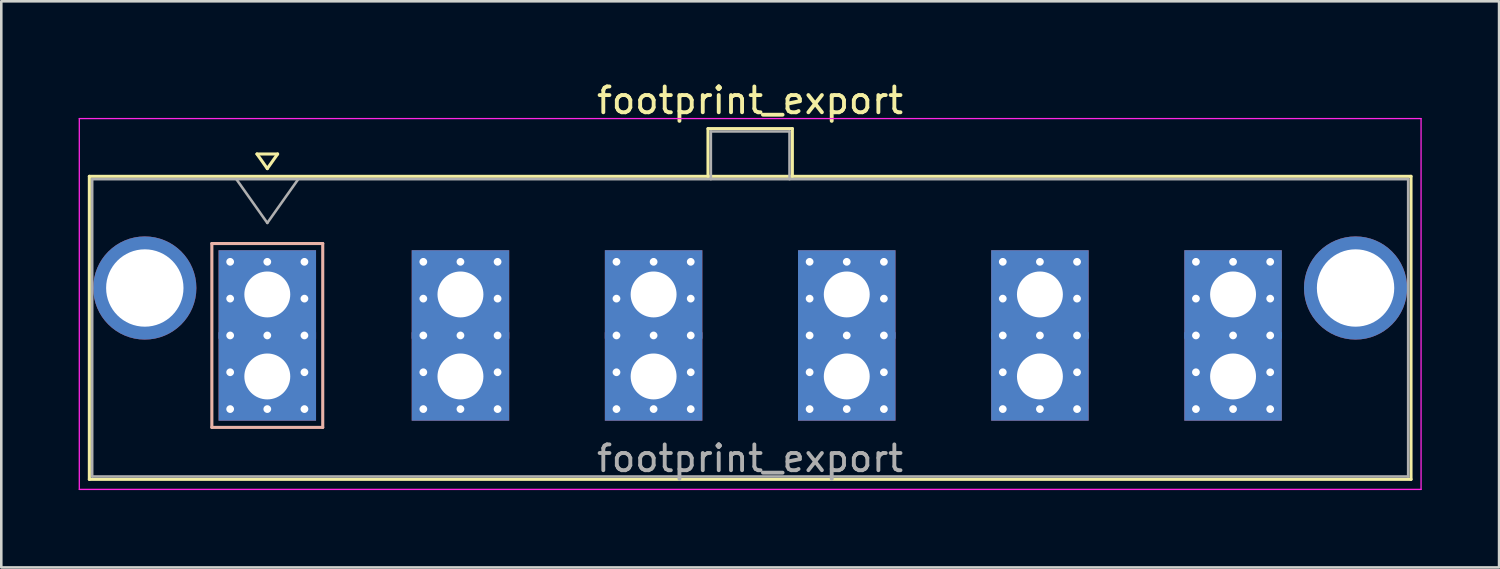
<source format=kicad_pcb>
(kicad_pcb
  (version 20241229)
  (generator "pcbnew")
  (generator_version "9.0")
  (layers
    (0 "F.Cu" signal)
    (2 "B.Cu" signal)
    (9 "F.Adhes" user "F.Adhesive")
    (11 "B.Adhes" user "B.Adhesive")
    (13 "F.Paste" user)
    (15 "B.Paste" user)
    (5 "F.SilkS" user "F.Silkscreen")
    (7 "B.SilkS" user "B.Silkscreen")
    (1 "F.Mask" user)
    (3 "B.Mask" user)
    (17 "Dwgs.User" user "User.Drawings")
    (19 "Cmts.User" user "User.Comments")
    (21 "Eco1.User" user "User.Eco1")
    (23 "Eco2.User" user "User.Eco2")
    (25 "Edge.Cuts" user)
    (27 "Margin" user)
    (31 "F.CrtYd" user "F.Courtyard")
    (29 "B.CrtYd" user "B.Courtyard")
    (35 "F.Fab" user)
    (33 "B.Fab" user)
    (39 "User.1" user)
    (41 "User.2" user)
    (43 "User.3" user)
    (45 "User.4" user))
  (footprint "footprint_export"
    (layer "F.Cu")
    (at 7.315 11.548)
    (property "Reference" "footprint_export" (at 18.72 -10.7 0) (layer "F.SilkS") (effects (font (size 1 1) (thickness 0.15))))
    (attr through_hole)
    (fp_line (start -6.9 -7.76) (end -6.9 3.99) (stroke (width 0.12) (type solid)) (layer "F.SilkS"))
    (fp_line (start -6.9 3.99) (end 44.35 3.99) (stroke (width 0.12) (type solid)) (layer "F.SilkS"))
    (fp_line (start -0.4 -8.626) (end 0 -8.06) (stroke (width 0.12) (type solid)) (layer "F.SilkS"))
    (fp_line (start 0 -8.06) (end 0.4 -8.626) (stroke (width 0.12) (type solid)) (layer "F.SilkS"))
    (fp_line (start 0.4 -8.626) (end -0.4 -8.626) (stroke (width 0.12) (type solid)) (layer "F.SilkS"))
    (fp_line (start 17.09 -9.61) (end 20.36 -9.61) (stroke (width 0.12) (type solid)) (layer "F.SilkS"))
    (fp_line (start 17.09 -7.76) (end 17.09 -9.61) (stroke (width 0.12) (type solid)) (layer "F.SilkS"))
    (fp_line (start 20.36 -9.61) (end 20.36 -7.76) (stroke (width 0.12) (type solid)) (layer "F.SilkS"))
    (fp_line (start 44.35 -7.76) (end -6.9 -7.76) (stroke (width 0.12) (type solid)) (layer "F.SilkS"))
    (fp_line (start 44.35 3.99) (end 44.35 -7.76) (stroke (width 0.12) (type solid)) (layer "F.SilkS"))
    (fp_line (start -2.15 -5.155) (end -2.15 1.975) (stroke (width 0.12) (type solid)) (layer "B.SilkS"))
    (fp_line (start -2.15 1.975) (end 2.15 1.975) (stroke (width 0.12) (type solid)) (layer "B.SilkS"))
    (fp_line (start 2.15 -5.155) (end -2.15 -5.155) (stroke (width 0.12) (type solid)) (layer "B.SilkS"))
    (fp_line (start 2.15 1.975) (end 2.15 -5.155) (stroke (width 0.12) (type solid)) (layer "B.SilkS"))
    (fp_line (start -7.29 -10) (end -7.29 4.38) (stroke (width 0.05) (type solid)) (layer "F.CrtYd"))
    (fp_line (start -7.29 4.38) (end 44.74 4.38) (stroke (width 0.05) (type solid)) (layer "F.CrtYd"))
    (fp_line (start 44.74 -10) (end -7.29 -10) (stroke (width 0.05) (type solid)) (layer "F.CrtYd"))
    (fp_line (start 44.74 4.38) (end 44.74 -10) (stroke (width 0.05) (type solid)) (layer "F.CrtYd"))
    (fp_line (start -6.79 -7.65) (end -6.79 3.88) (stroke (width 0.1) (type solid)) (layer "F.Fab"))
    (fp_line (start -6.79 3.88) (end 44.24 3.88) (stroke (width 0.1) (type solid)) (layer "F.Fab"))
    (fp_line (start -1.2 -7.65) (end 0 -5.953) (stroke (width 0.1) (type solid)) (layer "F.Fab"))
    (fp_line (start 0 -5.953) (end 1.2 -7.65) (stroke (width 0.1) (type solid)) (layer "F.Fab"))
    (fp_line (start 17.2 -9.5) (end 20.25 -9.5) (stroke (width 0.1) (type solid)) (layer "F.Fab"))
    (fp_line (start 17.2 -7.65) (end 17.2 -9.5) (stroke (width 0.1) (type solid)) (layer "F.Fab"))
    (fp_line (start 20.25 -9.5) (end 20.25 -7.65) (stroke (width 0.1) (type solid)) (layer "F.Fab"))
    (fp_line (start 44.24 -7.65) (end -6.79 -7.65) (stroke (width 0.1) (type solid)) (layer "F.Fab"))
    (fp_line (start 44.24 3.88) (end 44.24 -7.65) (stroke (width 0.1) (type solid)) (layer "F.Fab"))
    (fp_text user "${REFERENCE}" (at 18.72 3.18 0) (layer "F.Fab") (effects (font (size 1 1) (thickness 0.15))))
    (pad "" thru_hole circle (at -4.75 -3.43) (size 4 4) (drill 3) (layers "*.Cu" "*.Mask"))
    (pad "" thru_hole circle (at 42.2 -3.43) (size 4 4) (drill 3) (layers "*.Cu" "*.Mask"))
    (pad "1" thru_hole rect (at -1.44 -4.445) (size 0.6 0.6) (drill 0.3) (layers "*.Cu" "*.Mask"))
    (pad "1" thru_hole rect (at -1.44 -3.018) (size 0.6 0.6) (drill 0.3) (layers "*.Cu" "*.Mask"))
    (pad "1" thru_hole rect (at -1.44 -1.59) (size 0.6 0.6) (drill 0.3) (layers "*.Cu" "*.Mask"))
    (pad "1" thru_hole rect (at -1.44 -0.163) (size 0.6 0.6) (drill 0.3) (layers "*.Cu" "*.Mask"))
    (pad "1" thru_hole rect (at -1.44 1.265) (size 0.6 0.6) (drill 0.3) (layers "*.Cu" "*.Mask"))
    (pad "1" thru_hole rect (at 0 -4.445) (size 0.6 0.6) (drill 0.3) (layers "*.Cu" "*.Mask"))
    (pad "1" thru_hole rect (at 0 -3.18) (size 3.78 3.43) (drill 1.78) (layers "*.Cu" "*.Mask"))
    (pad "1" thru_hole rect (at 0 -1.59) (size 0.6 0.6) (drill 0.3) (layers "*.Cu" "*.Mask"))
    (pad "1" thru_hole rect (at 0 0) (size 3.78 3.43) (drill 1.78) (layers "*.Cu" "*.Mask"))
    (pad "1" thru_hole rect (at 0 1.265) (size 0.6 0.6) (drill 0.3) (layers "*.Cu" "*.Mask"))
    (pad "1" thru_hole rect (at 1.44 -4.445) (size 0.6 0.6) (drill 0.3) (layers "*.Cu" "*.Mask"))
    (pad "1" thru_hole rect (at 1.44 -3.018) (size 0.6 0.6) (drill 0.3) (layers "*.Cu" "*.Mask"))
    (pad "1" thru_hole rect (at 1.44 -1.59) (size 0.6 0.6) (drill 0.3) (layers "*.Cu" "*.Mask"))
    (pad "1" thru_hole rect (at 1.44 -0.163) (size 0.6 0.6) (drill 0.3) (layers "*.Cu" "*.Mask"))
    (pad "1" thru_hole rect (at 1.44 1.265) (size 0.6 0.6) (drill 0.3) (layers "*.Cu" "*.Mask"))
    (pad "2" thru_hole circle (at 6.05 -4.445) (size 0.6 0.6) (drill 0.3) (layers "*.Cu" "*.Mask"))
    (pad "2" thru_hole circle (at 6.05 -3.018) (size 0.6 0.6) (drill 0.3) (layers "*.Cu" "*.Mask"))
    (pad "2" thru_hole circle (at 6.05 -1.59) (size 0.6 0.6) (drill 0.3) (layers "*.Cu" "*.Mask"))
    (pad "2" thru_hole circle (at 6.05 -0.163) (size 0.6 0.6) (drill 0.3) (layers "*.Cu" "*.Mask"))
    (pad "2" thru_hole circle (at 6.05 1.265) (size 0.6 0.6) (drill 0.3) (layers "*.Cu" "*.Mask"))
    (pad "2" thru_hole circle (at 7.49 -4.445) (size 0.6 0.6) (drill 0.3) (layers "*.Cu" "*.Mask"))
    (pad "2" thru_hole rect (at 7.49 -3.18) (size 3.78 3.43) (drill 1.78) (layers "*.Cu" "*.Mask"))
    (pad "2" thru_hole circle (at 7.49 -1.59) (size 0.6 0.6) (drill 0.3) (layers "*.Cu" "*.Mask"))
    (pad "2" thru_hole rect (at 7.49 0) (size 3.78 3.43) (drill 1.78) (layers "*.Cu" "*.Mask"))
    (pad "2" thru_hole circle (at 7.49 1.265) (size 0.6 0.6) (drill 0.3) (layers "*.Cu" "*.Mask"))
    (pad "2" thru_hole circle (at 8.93 -4.445) (size 0.6 0.6) (drill 0.3) (layers "*.Cu" "*.Mask"))
    (pad "2" thru_hole circle (at 8.93 -3.018) (size 0.6 0.6) (drill 0.3) (layers "*.Cu" "*.Mask"))
    (pad "2" thru_hole circle (at 8.93 -1.59) (size 0.6 0.6) (drill 0.3) (layers "*.Cu" "*.Mask"))
    (pad "2" thru_hole circle (at 8.93 -0.163) (size 0.6 0.6) (drill 0.3) (layers "*.Cu" "*.Mask"))
    (pad "2" thru_hole circle (at 8.93 1.265) (size 0.6 0.6) (drill 0.3) (layers "*.Cu" "*.Mask"))
    (pad "3" thru_hole circle (at 13.54 -4.445) (size 0.6 0.6) (drill 0.3) (layers "*.Cu" "*.Mask"))
    (pad "3" thru_hole circle (at 13.54 -3.018) (size 0.6 0.6) (drill 0.3) (layers "*.Cu" "*.Mask"))
    (pad "3" thru_hole circle (at 13.54 -1.59) (size 0.6 0.6) (drill 0.3) (layers "*.Cu" "*.Mask"))
    (pad "3" thru_hole circle (at 13.54 -0.163) (size 0.6 0.6) (drill 0.3) (layers "*.Cu" "*.Mask"))
    (pad "3" thru_hole circle (at 13.54 1.265) (size 0.6 0.6) (drill 0.3) (layers "*.Cu" "*.Mask"))
    (pad "3" thru_hole circle (at 14.98 -4.445) (size 0.6 0.6) (drill 0.3) (layers "*.Cu" "*.Mask"))
    (pad "3" thru_hole rect (at 14.98 -3.18) (size 3.78 3.43) (drill 1.78) (layers "*.Cu" "*.Mask"))
    (pad "3" thru_hole circle (at 14.98 -1.59) (size 0.6 0.6) (drill 0.3) (layers "*.Cu" "*.Mask"))
    (pad "3" thru_hole rect (at 14.98 0) (size 3.78 3.43) (drill 1.78) (layers "*.Cu" "*.Mask"))
    (pad "3" thru_hole circle (at 14.98 1.265) (size 0.6 0.6) (drill 0.3) (layers "*.Cu" "*.Mask"))
    (pad "3" thru_hole circle (at 16.42 -4.445) (size 0.6 0.6) (drill 0.3) (layers "*.Cu" "*.Mask"))
    (pad "3" thru_hole circle (at 16.42 -3.018) (size 0.6 0.6) (drill 0.3) (layers "*.Cu" "*.Mask"))
    (pad "3" thru_hole circle (at 16.42 -1.59) (size 0.6 0.6) (drill 0.3) (layers "*.Cu" "*.Mask"))
    (pad "3" thru_hole circle (at 16.42 -0.163) (size 0.6 0.6) (drill 0.3) (layers "*.Cu" "*.Mask"))
    (pad "3" thru_hole circle (at 16.42 1.265) (size 0.6 0.6) (drill 0.3) (layers "*.Cu" "*.Mask"))
    (pad "4" thru_hole circle (at 21.03 -4.445) (size 0.6 0.6) (drill 0.3) (layers "*.Cu" "*.Mask"))
    (pad "4" thru_hole circle (at 21.03 -3.018) (size 0.6 0.6) (drill 0.3) (layers "*.Cu" "*.Mask"))
    (pad "4" thru_hole circle (at 21.03 -1.59) (size 0.6 0.6) (drill 0.3) (layers "*.Cu" "*.Mask"))
    (pad "4" thru_hole circle (at 21.03 -0.163) (size 0.6 0.6) (drill 0.3) (layers "*.Cu" "*.Mask"))
    (pad "4" thru_hole circle (at 21.03 1.265) (size 0.6 0.6) (drill 0.3) (layers "*.Cu" "*.Mask"))
    (pad "4" thru_hole circle (at 22.47 -4.445) (size 0.6 0.6) (drill 0.3) (layers "*.Cu" "*.Mask"))
    (pad "4" thru_hole rect (at 22.47 -3.18) (size 3.78 3.43) (drill 1.78) (layers "*.Cu" "*.Mask"))
    (pad "4" thru_hole circle (at 22.47 -1.59) (size 0.6 0.6) (drill 0.3) (layers "*.Cu" "*.Mask"))
    (pad "4" thru_hole rect (at 22.47 0) (size 3.78 3.43) (drill 1.78) (layers "*.Cu" "*.Mask"))
    (pad "4" thru_hole circle (at 22.47 1.265) (size 0.6 0.6) (drill 0.3) (layers "*.Cu" "*.Mask"))
    (pad "4" thru_hole circle (at 23.91 -4.445) (size 0.6 0.6) (drill 0.3) (layers "*.Cu" "*.Mask"))
    (pad "4" thru_hole circle (at 23.91 -3.018) (size 0.6 0.6) (drill 0.3) (layers "*.Cu" "*.Mask"))
    (pad "4" thru_hole circle (at 23.91 -1.59) (size 0.6 0.6) (drill 0.3) (layers "*.Cu" "*.Mask"))
    (pad "4" thru_hole circle (at 23.91 -0.163) (size 0.6 0.6) (drill 0.3) (layers "*.Cu" "*.Mask"))
    (pad "4" thru_hole circle (at 23.91 1.265) (size 0.6 0.6) (drill 0.3) (layers "*.Cu" "*.Mask"))
    (pad "5" thru_hole circle (at 28.52 -4.445) (size 0.6 0.6) (drill 0.3) (layers "*.Cu" "*.Mask"))
    (pad "5" thru_hole circle (at 28.52 -3.018) (size 0.6 0.6) (drill 0.3) (layers "*.Cu" "*.Mask"))
    (pad "5" thru_hole circle (at 28.52 -1.59) (size 0.6 0.6) (drill 0.3) (layers "*.Cu" "*.Mask"))
    (pad "5" thru_hole circle (at 28.52 -0.163) (size 0.6 0.6) (drill 0.3) (layers "*.Cu" "*.Mask"))
    (pad "5" thru_hole circle (at 28.52 1.265) (size 0.6 0.6) (drill 0.3) (layers "*.Cu" "*.Mask"))
    (pad "5" thru_hole circle (at 29.96 -4.445) (size 0.6 0.6) (drill 0.3) (layers "*.Cu" "*.Mask"))
    (pad "5" thru_hole rect (at 29.96 -3.18) (size 3.78 3.43) (drill 1.78) (layers "*.Cu" "*.Mask"))
    (pad "5" thru_hole circle (at 29.96 -1.59) (size 0.6 0.6) (drill 0.3) (layers "*.Cu" "*.Mask"))
    (pad "5" thru_hole rect (at 29.96 0) (size 3.78 3.43) (drill 1.78) (layers "*.Cu" "*.Mask"))
    (pad "5" thru_hole circle (at 29.96 1.265) (size 0.6 0.6) (drill 0.3) (layers "*.Cu" "*.Mask"))
    (pad "5" thru_hole circle (at 31.4 -4.445) (size 0.6 0.6) (drill 0.3) (layers "*.Cu" "*.Mask"))
    (pad "5" thru_hole circle (at 31.4 -3.018) (size 0.6 0.6) (drill 0.3) (layers "*.Cu" "*.Mask"))
    (pad "5" thru_hole circle (at 31.4 -1.59) (size 0.6 0.6) (drill 0.3) (layers "*.Cu" "*.Mask"))
    (pad "5" thru_hole circle (at 31.4 -0.163) (size 0.6 0.6) (drill 0.3) (layers "*.Cu" "*.Mask"))
    (pad "5" thru_hole circle (at 31.4 1.265) (size 0.6 0.6) (drill 0.3) (layers "*.Cu" "*.Mask"))
    (pad "6" thru_hole circle (at 36.01 -4.445) (size 0.6 0.6) (drill 0.3) (layers "*.Cu" "*.Mask"))
    (pad "6" thru_hole circle (at 36.01 -3.018) (size 0.6 0.6) (drill 0.3) (layers "*.Cu" "*.Mask"))
    (pad "6" thru_hole circle (at 36.01 -1.59) (size 0.6 0.6) (drill 0.3) (layers "*.Cu" "*.Mask"))
    (pad "6" thru_hole circle (at 36.01 -0.163) (size 0.6 0.6) (drill 0.3) (layers "*.Cu" "*.Mask"))
    (pad "6" thru_hole circle (at 36.01 1.265) (size 0.6 0.6) (drill 0.3) (layers "*.Cu" "*.Mask"))
    (pad "6" thru_hole circle (at 37.45 -4.445) (size 0.6 0.6) (drill 0.3) (layers "*.Cu" "*.Mask"))
    (pad "6" thru_hole rect (at 37.45 -3.18) (size 3.78 3.43) (drill 1.78) (layers "*.Cu" "*.Mask"))
    (pad "6" thru_hole circle (at 37.45 -1.59) (size 0.6 0.6) (drill 0.3) (layers "*.Cu" "*.Mask"))
    (pad "6" thru_hole rect (at 37.45 0) (size 3.78 3.43) (drill 1.78) (layers "*.Cu" "*.Mask"))
    (pad "6" thru_hole circle (at 37.45 1.265) (size 0.6 0.6) (drill 0.3) (layers "*.Cu" "*.Mask"))
    (pad "6" thru_hole circle (at 38.89 -4.445) (size 0.6 0.6) (drill 0.3) (layers "*.Cu" "*.Mask"))
    (pad "6" thru_hole circle (at 38.89 -3.018) (size 0.6 0.6) (drill 0.3) (layers "*.Cu" "*.Mask"))
    (pad "6" thru_hole circle (at 38.89 -1.59) (size 0.6 0.6) (drill 0.3) (layers "*.Cu" "*.Mask"))
    (pad "6" thru_hole circle (at 38.89 -0.163) (size 0.6 0.6) (drill 0.3) (layers "*.Cu" "*.Mask"))
    (pad "6" thru_hole circle (at 38.89 1.265) (size 0.6 0.6) (drill 0.3) (layers "*.Cu" "*.Mask")))
  (gr_rect
    (start -3 -3)
    (end 55.08 18.953)
    (stroke (width 0.1) (type default))
    (fill no)
    (layer "Edge.Cuts")))
</source>
